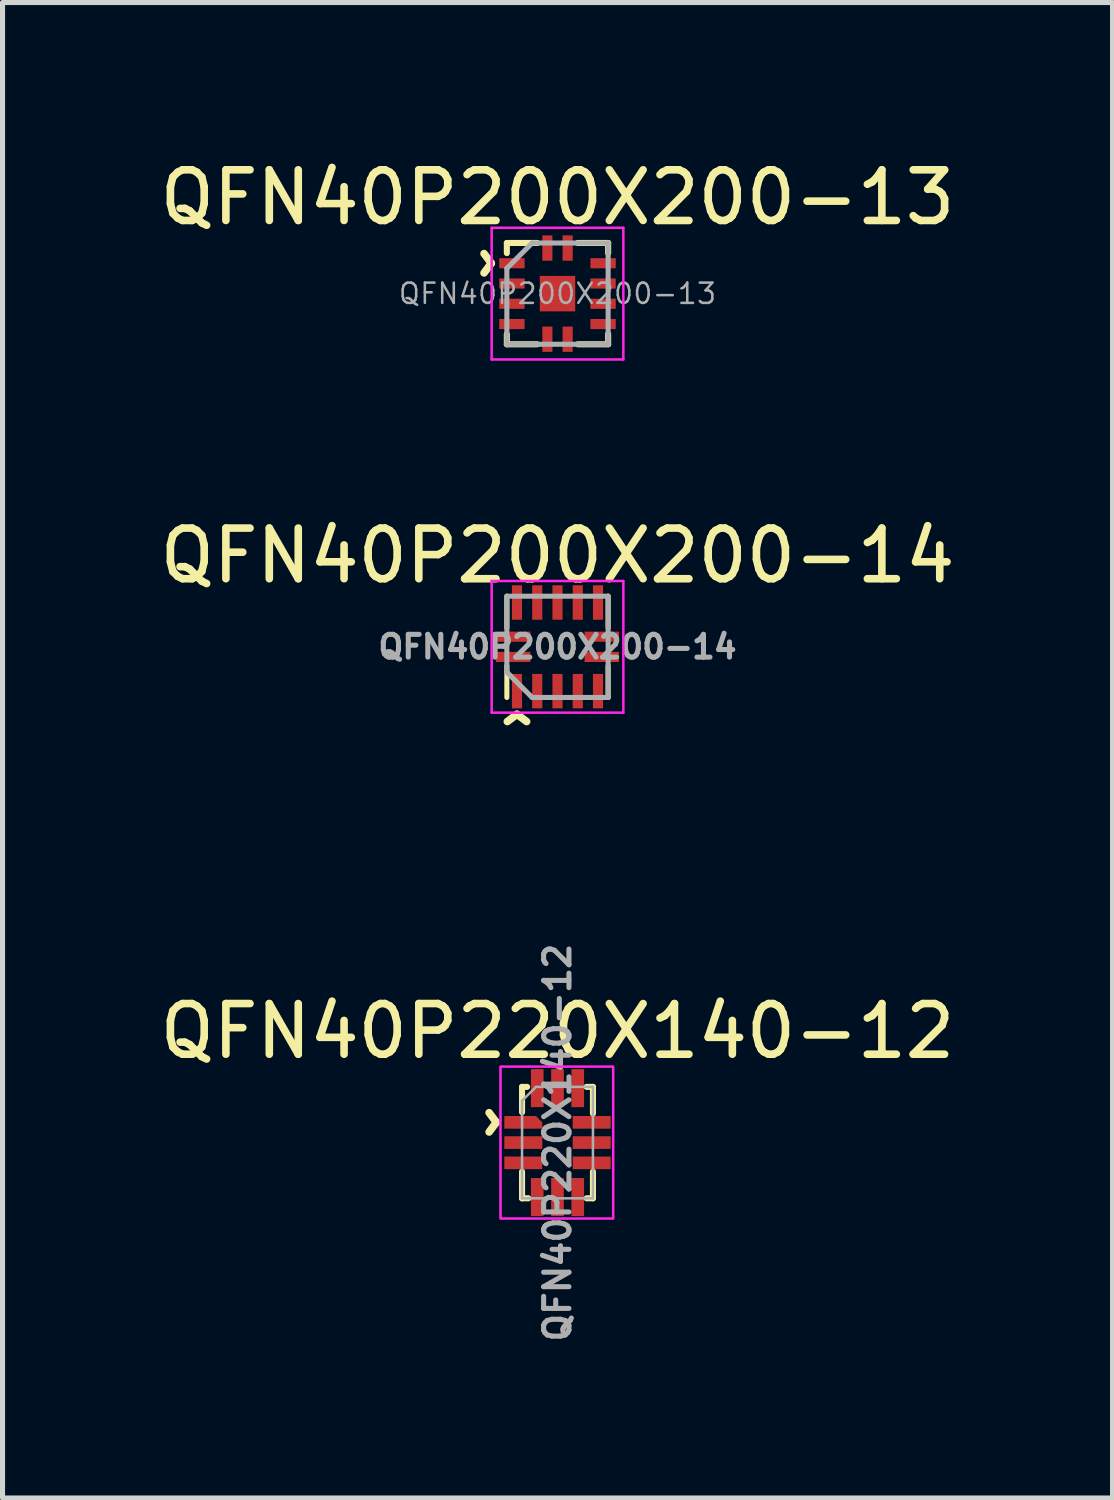
<source format=kicad_pcb>
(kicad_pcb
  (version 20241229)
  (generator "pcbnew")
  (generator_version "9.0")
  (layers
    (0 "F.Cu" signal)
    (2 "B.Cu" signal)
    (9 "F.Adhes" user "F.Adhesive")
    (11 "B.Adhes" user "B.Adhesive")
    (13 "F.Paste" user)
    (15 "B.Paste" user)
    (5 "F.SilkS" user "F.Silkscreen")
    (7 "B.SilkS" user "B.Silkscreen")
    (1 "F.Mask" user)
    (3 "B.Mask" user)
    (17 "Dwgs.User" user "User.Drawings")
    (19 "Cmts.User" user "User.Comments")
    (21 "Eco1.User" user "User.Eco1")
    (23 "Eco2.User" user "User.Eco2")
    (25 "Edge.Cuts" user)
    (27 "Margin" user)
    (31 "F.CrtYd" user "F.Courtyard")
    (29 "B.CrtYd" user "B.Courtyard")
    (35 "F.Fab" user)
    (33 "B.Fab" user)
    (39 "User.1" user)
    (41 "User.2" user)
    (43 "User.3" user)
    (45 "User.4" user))
  (footprint "QFN40P200X200-13"
    (layer "F.Cu")
    (at 7.958 2.748)
    (property "Reference" "QFN40P200X200-13" (at 0 -1.9 0) (layer "F.SilkS") (effects (font (size 1 1) (thickness 0.15))))
    (attr smd)
    (fp_line (start -1 -1) (end -0.4 -1) (stroke (width 0.12) (type solid)) (layer "F.SilkS"))
    (fp_line (start -1 -0.8) (end -1 -1) (stroke (width 0.12) (type solid)) (layer "F.SilkS"))
    (fp_line (start -1 1) (end -1 0.8) (stroke (width 0.12) (type solid)) (layer "F.SilkS"))
    (fp_line (start -0.4 1) (end -1 1) (stroke (width 0.12) (type solid)) (layer "F.SilkS"))
    (fp_line (start 0.4 -1) (end 1 -1) (stroke (width 0.12) (type solid)) (layer "F.SilkS"))
    (fp_line (start 0.4 1) (end 1 1) (stroke (width 0.12) (type solid)) (layer "F.SilkS"))
    (fp_line (start 1 -1) (end 1 -0.8) (stroke (width 0.12) (type solid)) (layer "F.SilkS"))
    (fp_line (start 1 1) (end 1 0.8) (stroke (width 0.12) (type solid)) (layer "F.SilkS"))
    (fp_line (start -1.3 -1.3) (end 1.3 -1.3) (stroke (width 0.05) (type solid)) (layer "F.CrtYd"))
    (fp_line (start -1.3 1.3) (end -1.3 -1.3) (stroke (width 0.05) (type solid)) (layer "F.CrtYd"))
    (fp_line (start 1.3 -1.3) (end 1.3 1.3) (stroke (width 0.05) (type solid)) (layer "F.CrtYd"))
    (fp_line (start 1.3 1.3) (end -1.3 1.3) (stroke (width 0.05) (type solid)) (layer "F.CrtYd"))
    (fp_line (start -1 -0.5) (end -1 1) (stroke (width 0.1) (type solid)) (layer "F.Fab"))
    (fp_line (start -1 1) (end 1 1) (stroke (width 0.1) (type solid)) (layer "F.Fab"))
    (fp_line (start -0.5 -1) (end -1 -0.5) (stroke (width 0.1) (type solid)) (layer "F.Fab"))
    (fp_line (start 1 -1) (end -0.5 -1) (stroke (width 0.1) (type solid)) (layer "F.Fab"))
    (fp_line (start 1 1) (end 1 -1) (stroke (width 0.1) (type solid)) (layer "F.Fab"))
    (fp_text user "^" (at -1.9 -0.6 270) (unlocked yes) (layer "F.SilkS") (effects (font (size 1 1) (thickness 0.15))))
    (fp_text user "${REFERENCE}" (at 0 0 0) (unlocked yes) (layer "F.Fab") (effects (font (size 0.4 0.4) (thickness 0.05))))
    (pad "1" smd rect (at -0.9 -0.6 90) (size 0.2 0.5) (layers "F.Cu" "F.Mask" "F.Paste"))
    (pad "2" smd rect (at -0.9 -0.2 90) (size 0.2 0.5) (layers "F.Cu" "F.Mask" "F.Paste"))
    (pad "3" smd rect (at -0.9 0.2 90) (size 0.2 0.5) (layers "F.Cu" "F.Mask" "F.Paste"))
    (pad "4" smd rect (at -0.9 0.6 90) (size 0.2 0.5) (layers "F.Cu" "F.Mask" "F.Paste"))
    (pad "5" smd rect (at -0.2 0.9) (size 0.2 0.5) (layers "F.Cu" "F.Mask" "F.Paste"))
    (pad "6" smd rect (at 0.2 0.9) (size 0.2 0.5) (layers "F.Cu" "F.Mask" "F.Paste"))
    (pad "7" smd rect (at 0.9 0.6 90) (size 0.2 0.5) (layers "F.Cu" "F.Mask" "F.Paste"))
    (pad "8" smd rect (at 0.9 0.2 90) (size 0.2 0.5) (layers "F.Cu" "F.Mask" "F.Paste"))
    (pad "9" smd rect (at 0.9 -0.2 90) (size 0.2 0.5) (layers "F.Cu" "F.Mask" "F.Paste"))
    (pad "10" smd rect (at 0.9 -0.6 90) (size 0.2 0.5) (layers "F.Cu" "F.Mask" "F.Paste"))
    (pad "11" smd rect (at 0.2 -0.9) (size 0.2 0.5) (layers "F.Cu" "F.Mask" "F.Paste"))
    (pad "12" smd rect (at -0.2 -0.9) (size 0.2 0.5) (layers "F.Cu" "F.Mask" "F.Paste"))
    (pad "13" smd rect (at 0 0) (size 0.7 0.7) (layers "F.Cu" "F.Mask" "F.Paste")))
  (footprint "QFN40P200X200-14"
    (layer "F.Cu")
    (at 7.958 9.722)
    (property "Reference" "QFN40P200X200-14" (at 0 -1.8 0) (unlocked yes) (layer "F.SilkS") (effects (font (size 1 1) (thickness 0.15))))
    (attr smd)
    (fp_line (start -1 -1) (end -1 -0.375) (stroke (width 0.1) (type solid)) (layer "F.SilkS"))
    (fp_line (start -1 1) (end -1 0.375) (stroke (width 0.1) (type solid)) (layer "F.SilkS"))
    (fp_line (start 1 -1) (end 1 -0.375) (stroke (width 0.1) (type solid)) (layer "F.SilkS"))
    (fp_line (start 1 1) (end 1 0.375) (stroke (width 0.1) (type solid)) (layer "F.SilkS"))
    (fp_line (start -1.3 -1.3) (end -1.3 1.3) (stroke (width 0.05) (type solid)) (layer "F.CrtYd"))
    (fp_line (start -1.3 1.3) (end 1.3 1.3) (stroke (width 0.05) (type solid)) (layer "F.CrtYd"))
    (fp_line (start 1.3 -1.3) (end -1.3 -1.3) (stroke (width 0.05) (type solid)) (layer "F.CrtYd"))
    (fp_line (start 1.3 1.3) (end 1.3 -1.3) (stroke (width 0.05) (type solid)) (layer "F.CrtYd"))
    (fp_line (start -1 -1) (end 1 -1) (stroke (width 0.1) (type solid)) (layer "F.Fab"))
    (fp_line (start -1 0.5) (end -1 -1) (stroke (width 0.1) (type solid)) (layer "F.Fab"))
    (fp_line (start -0.5 1) (end -1 0.5) (stroke (width 0.1) (type solid)) (layer "F.Fab"))
    (fp_line (start 1 -1) (end 1 1) (stroke (width 0.1) (type solid)) (layer "F.Fab"))
    (fp_line (start 1 1) (end -0.5 1) (stroke (width 0.1) (type solid)) (layer "F.Fab"))
    (fp_text user "^" (at -0.8 1.925 0) (unlocked yes) (layer "F.SilkS") (effects (font (size 1 1) (thickness 0.15))))
    (fp_text user "${REFERENCE}" (at 0 0 0) (unlocked yes) (layer "F.Fab") (effects (font (size 0.45 0.45) (thickness 0.1))))
    (fp_text user "" (at -0.4 2.1 0) (unlocked yes) (layer "F.Fab") (effects (font (size 0.5 0.5) (thickness 0.05))))
    (pad "1" smd rect (at -0.8 0.875) (size 0.2 0.68) (layers "F.Cu" "F.Mask" "F.Paste"))
    (pad "2" smd rect (at -0.4 0.875) (size 0.2 0.68) (layers "F.Cu" "F.Mask" "F.Paste"))
    (pad "3" smd rect (at 0 0.875) (size 0.2 0.68) (layers "F.Cu" "F.Mask" "F.Paste"))
    (pad "4" smd rect (at 0.4 0.875) (size 0.2 0.68) (layers "F.Cu" "F.Mask" "F.Paste"))
    (pad "5" smd rect (at 0.8 0.875) (size 0.2 0.68) (layers "F.Cu" "F.Mask" "F.Paste"))
    (pad "6" smd rect (at 0.875 0.2 90) (size 0.2 0.68) (layers "F.Cu" "F.Mask" "F.Paste"))
    (pad "7" smd rect (at 0.875 -0.2 90) (size 0.2 0.68) (layers "F.Cu" "F.Mask" "F.Paste"))
    (pad "8" smd rect (at 0.8 -0.875) (size 0.2 0.68) (layers "F.Cu" "F.Mask" "F.Paste"))
    (pad "9" smd rect (at 0.4 -0.875) (size 0.2 0.68) (layers "F.Cu" "F.Mask" "F.Paste"))
    (pad "10" smd rect (at 0 -0.875) (size 0.2 0.68) (layers "F.Cu" "F.Mask" "F.Paste"))
    (pad "11" smd rect (at -0.4 -0.875) (size 0.2 0.68) (layers "F.Cu" "F.Mask" "F.Paste"))
    (pad "12" smd rect (at -0.8 -0.875) (size 0.2 0.68) (layers "F.Cu" "F.Mask" "F.Paste"))
    (pad "13" smd rect (at -0.875 -0.2 90) (size 0.2 0.68) (layers "F.Cu" "F.Mask" "F.Paste"))
    (pad "14" smd rect (at -0.875 0.2 90) (size 0.2 0.68) (layers "F.Cu" "F.Mask" "F.Paste")))
  (footprint "QFN40P220X140-12"
    (layer "F.Cu")
    (at 7.958 19.511)
    (property "Reference" "QFN40P220X140-12" (at 0 -2.2 0) (unlocked yes) (layer "F.SilkS") (effects (font (size 1 1) (thickness 0.15))))
    (fp_line (start -0.7 -1.1) (end -0.7 -0.6) (stroke (width 0.12) (type solid)) (layer "F.SilkS"))
    (fp_line (start -0.7 -1.1) (end -0.6 -1.1) (stroke (width 0.12) (type solid)) (layer "F.SilkS"))
    (fp_line (start -0.7 0.575) (end -0.7 1.1) (stroke (width 0.12) (type solid)) (layer "F.SilkS"))
    (fp_line (start -0.7 1.1) (end -0.575 1.1) (stroke (width 0.12) (type solid)) (layer "F.SilkS"))
    (fp_line (start 0.575 -1.1) (end 0.7 -1.1) (stroke (width 0.12) (type solid)) (layer "F.SilkS"))
    (fp_line (start 0.575 1.1) (end 0.7 1.1) (stroke (width 0.12) (type solid)) (layer "F.SilkS"))
    (fp_line (start 0.7 -1.1) (end 0.7 -0.575) (stroke (width 0.12) (type solid)) (layer "F.SilkS"))
    (fp_line (start 0.7 1.1) (end 0.7 0.575) (stroke (width 0.12) (type solid)) (layer "F.SilkS"))
    (fp_rect (start -1.125 -1.5) (end 1.1 1.5) (stroke (width 0.05) (type solid)) (fill no) (layer "F.CrtYd"))
    (fp_line (start -0.7 -0.825) (end -0.7 1.1) (stroke (width 0.05) (type solid)) (layer "F.Fab"))
    (fp_line (start -0.7 1.1) (end 0.7 1.1) (stroke (width 0.05) (type solid)) (layer "F.Fab"))
    (fp_line (start -0.425 -1.1) (end -0.7 -0.825) (stroke (width 0.05) (type solid)) (layer "F.Fab"))
    (fp_line (start 0.7 -1.1) (end -0.425 -1.1) (stroke (width 0.05) (type solid)) (layer "F.Fab"))
    (fp_line (start 0.7 1.1) (end 0.7 -1.1) (stroke (width 0.05) (type solid)) (layer "F.Fab"))
    (fp_text user "^" (at -1.8 -0.4 270) (unlocked yes) (layer "F.SilkS") (effects (font (size 1 1) (thickness 0.15))))
    (fp_text user "${REFERENCE}" (at 0 0 90) (unlocked yes) (layer "F.Fab") (effects (font (size 0.5 0.5) (thickness 0.1))))
    (pad "1" smd roundrect (at -0.675 -0.4 90) (size 0.25 0.75) (layers "F.Cu" "F.Mask" "F.Paste") (roundrect_rratio 0) (chamfer_ratio 0.5) (chamfer bottom_right))
    (pad "2" smd rect (at -0.675 0 90) (size 0.25 0.75) (layers "F.Cu" "F.Mask" "F.Paste"))
    (pad "3" smd rect (at -0.675 0.4 90) (size 0.25 0.75) (layers "F.Cu" "F.Mask" "F.Paste"))
    (pad "4" smd rect (at -0.4 1.075 180) (size 0.25 0.75) (layers "F.Cu" "F.Mask" "F.Paste"))
    (pad "5" smd rect (at 0 1.075) (size 0.25 0.75) (layers "F.Cu" "F.Mask" "F.Paste"))
    (pad "6" smd rect (at 0.4 1.075) (size 0.25 0.75) (layers "F.Cu" "F.Mask" "F.Paste"))
    (pad "7" smd rect (at 0.675 0.4 90) (size 0.25 0.75) (layers "F.Cu" "F.Mask" "F.Paste"))
    (pad "8" smd rect (at 0.675 0 90) (size 0.25 0.75) (layers "F.Cu" "F.Mask" "F.Paste"))
    (pad "9" smd rect (at 0.675 -0.4 90) (size 0.25 0.75) (layers "F.Cu" "F.Mask" "F.Paste"))
    (pad "10" smd rect (at 0.4 -1.075) (size 0.25 0.75) (layers "F.Cu" "F.Mask" "F.Paste"))
    (pad "11" smd rect (at 0 -1.075) (size 0.25 0.75) (layers "F.Cu" "F.Mask" "F.Paste"))
    (pad "12" smd rect (at -0.4 -1.075) (size 0.25 0.75) (layers "F.Cu" "F.Mask" "F.Paste")))
  (gr_rect
    (start -3 -3)
    (end 18.917 26.528)
    (stroke (width 0.1) (type default))
    (fill no)
    (layer "Edge.Cuts")))
</source>
